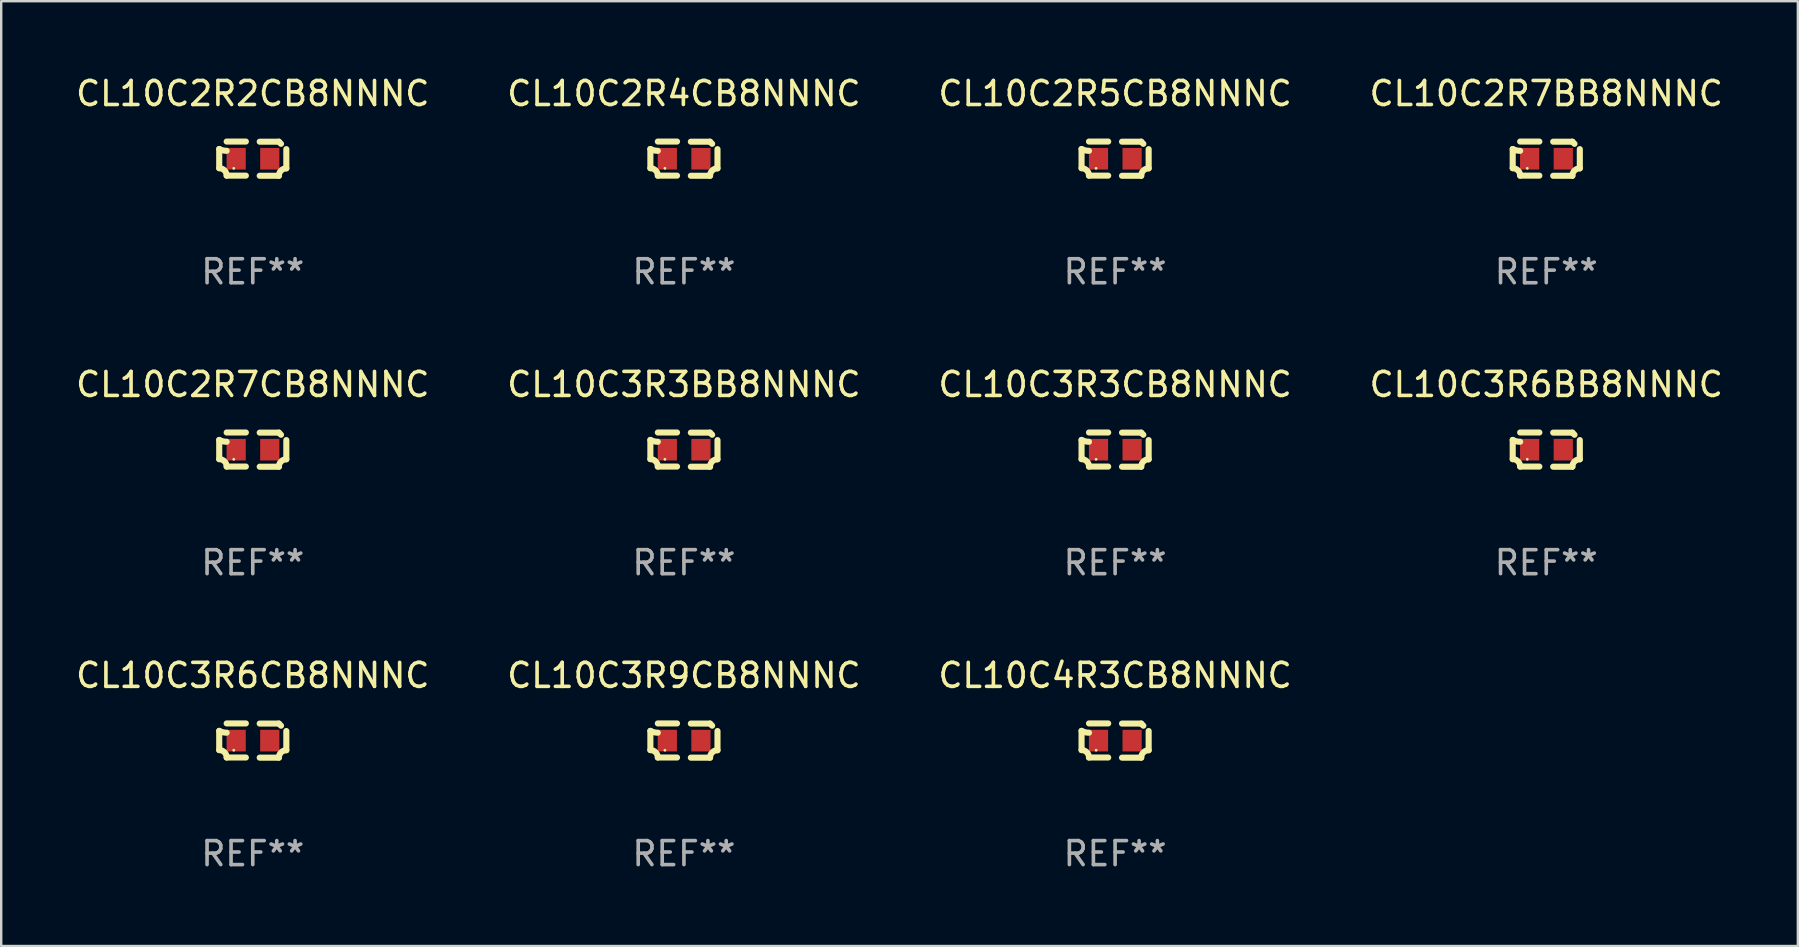
<source format=kicad_pcb>
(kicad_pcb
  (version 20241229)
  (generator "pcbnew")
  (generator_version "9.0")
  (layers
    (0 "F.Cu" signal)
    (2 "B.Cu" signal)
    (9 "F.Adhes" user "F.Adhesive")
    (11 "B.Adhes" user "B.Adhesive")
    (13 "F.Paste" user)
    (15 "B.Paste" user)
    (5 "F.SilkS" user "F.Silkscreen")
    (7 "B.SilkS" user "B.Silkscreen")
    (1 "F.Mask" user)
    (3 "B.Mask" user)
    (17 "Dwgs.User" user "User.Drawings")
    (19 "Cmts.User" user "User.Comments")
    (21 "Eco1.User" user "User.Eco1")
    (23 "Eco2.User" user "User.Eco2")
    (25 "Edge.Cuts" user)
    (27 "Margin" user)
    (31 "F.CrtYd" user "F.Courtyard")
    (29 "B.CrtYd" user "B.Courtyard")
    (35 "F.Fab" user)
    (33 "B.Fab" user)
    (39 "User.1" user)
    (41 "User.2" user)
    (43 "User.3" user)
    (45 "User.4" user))
  (footprint "CL10C2R5CB8NNNC"
    (layer "F.Cu")
    (at 43.411 3.561)
    (property "Reference" "CL10C2R5CB8NNNC" (at 0 -2.713 0) (layer "F.SilkS") (effects (font (size 1 1) (thickness 0.15))))
    (attr through_hole)
    (fp_line (start -1.398 -0.403) (end -1.398 0.397) (stroke (width 0.254) (type solid)) (layer "F.SilkS"))
    (fp_line (start -0.288 -0.713) (end -1.088 -0.713) (stroke (width 0.254) (type solid)) (layer "F.SilkS"))
    (fp_line (start -0.288 0.707) (end -1.088 0.707) (stroke (width 0.254) (type solid)) (layer "F.SilkS"))
    (fp_line (start 0.288 -0.707) (end 1.088 -0.707) (stroke (width 0.254) (type solid)) (layer "F.SilkS"))
    (fp_line (start 0.288 0.713) (end 1.088 0.713) (stroke (width 0.254) (type solid)) (layer "F.SilkS"))
    (fp_line (start 1.398 -0.397) (end 1.398 0.403) (stroke (width 0.254) (type solid)) (layer "F.SilkS"))
    (fp_arc (start -1.397789 0.397066) (mid -1.178701 0.487826) (end -1.08796 0.706922) (stroke (width 0.254001) (type solid)) (layer "F.SilkS"))
    (fp_arc (start -1.08796 -0.327176) (mid -1.247436 -0.346384) (end -1.39779 -0.402908) (stroke (width 0.254001) (type solid)) (layer "F.SilkS"))
    (fp_arc (start 1.087909 0.712738) (mid 1.178656 0.493655) (end 1.397739 0.402908) (stroke (width 0.254001) (type solid)) (layer "F.SilkS"))
    (fp_arc (start 1.175925 -0.618926) (mid 1.131917 -0.662923) (end 1.08791 -0.706922) (stroke (width 0.254001) (type solid)) (layer "F.SilkS"))
    (fp_circle (center -0.792 0.403) (end -0.762 0.403) (stroke (width 0.06) (type solid)) (fill no) (layer "F.SilkS"))
    (fp_text user "REF**" (at 0 4.713 0) (layer "F.Fab") (effects (font (size 1 1) (thickness 0.15))))
    (pad "1" smd rect (at -0.692 0.003) (size 0.8 0.9) (layers "F.Cu" "F.Mask" "F.Paste"))
    (pad "2" smd rect (at 0.708 0.003) (size 0.8 0.9) (layers "F.Cu" "F.Mask" "F.Paste")))
  (footprint "CL10C3R9CB8NNNC"
    (layer "F.Cu")
    (at 25.446 27.805)
    (property "Reference" "CL10C3R9CB8NNNC" (at 0 -2.713 0) (layer "F.SilkS") (effects (font (size 1 1) (thickness 0.15))))
    (attr through_hole)
    (fp_line (start -1.398 -0.403) (end -1.398 0.397) (stroke (width 0.254) (type solid)) (layer "F.SilkS"))
    (fp_line (start -0.288 -0.713) (end -1.088 -0.713) (stroke (width 0.254) (type solid)) (layer "F.SilkS"))
    (fp_line (start -0.288 0.707) (end -1.088 0.707) (stroke (width 0.254) (type solid)) (layer "F.SilkS"))
    (fp_line (start 0.288 -0.707) (end 1.088 -0.707) (stroke (width 0.254) (type solid)) (layer "F.SilkS"))
    (fp_line (start 0.288 0.713) (end 1.088 0.713) (stroke (width 0.254) (type solid)) (layer "F.SilkS"))
    (fp_line (start 1.398 -0.397) (end 1.398 0.403) (stroke (width 0.254) (type solid)) (layer "F.SilkS"))
    (fp_arc (start -1.397789 0.397066) (mid -1.178701 0.487826) (end -1.08796 0.706922) (stroke (width 0.254001) (type solid)) (layer "F.SilkS"))
    (fp_arc (start -1.08796 -0.327176) (mid -1.247436 -0.346384) (end -1.39779 -0.402908) (stroke (width 0.254001) (type solid)) (layer "F.SilkS"))
    (fp_arc (start 1.087909 0.712738) (mid 1.178656 0.493655) (end 1.397739 0.402908) (stroke (width 0.254001) (type solid)) (layer "F.SilkS"))
    (fp_arc (start 1.175925 -0.618926) (mid 1.131917 -0.662923) (end 1.08791 -0.706922) (stroke (width 0.254001) (type solid)) (layer "F.SilkS"))
    (fp_circle (center -0.792 0.403) (end -0.762 0.403) (stroke (width 0.06) (type solid)) (fill no) (layer "F.SilkS"))
    (fp_text user "REF**" (at 0 4.713 0) (layer "F.Fab") (effects (font (size 1 1) (thickness 0.15))))
    (pad "1" smd rect (at -0.692 0.003) (size 0.8 0.9) (layers "F.Cu" "F.Mask" "F.Paste"))
    (pad "2" smd rect (at 0.708 0.003) (size 0.8 0.9) (layers "F.Cu" "F.Mask" "F.Paste")))
  (footprint "CL10C2R4CB8NNNC"
    (layer "F.Cu")
    (at 25.446 3.561)
    (property "Reference" "CL10C2R4CB8NNNC" (at 0 -2.713 0) (layer "F.SilkS") (effects (font (size 1 1) (thickness 0.15))))
    (attr through_hole)
    (fp_line (start -1.398 -0.403) (end -1.398 0.397) (stroke (width 0.254) (type solid)) (layer "F.SilkS"))
    (fp_line (start -0.288 -0.713) (end -1.088 -0.713) (stroke (width 0.254) (type solid)) (layer "F.SilkS"))
    (fp_line (start -0.288 0.707) (end -1.088 0.707) (stroke (width 0.254) (type solid)) (layer "F.SilkS"))
    (fp_line (start 0.288 -0.707) (end 1.088 -0.707) (stroke (width 0.254) (type solid)) (layer "F.SilkS"))
    (fp_line (start 0.288 0.713) (end 1.088 0.713) (stroke (width 0.254) (type solid)) (layer "F.SilkS"))
    (fp_line (start 1.398 -0.397) (end 1.398 0.403) (stroke (width 0.254) (type solid)) (layer "F.SilkS"))
    (fp_arc (start -1.397789 0.397066) (mid -1.178701 0.487826) (end -1.08796 0.706922) (stroke (width 0.254001) (type solid)) (layer "F.SilkS"))
    (fp_arc (start -1.08796 -0.327176) (mid -1.247436 -0.346384) (end -1.39779 -0.402908) (stroke (width 0.254001) (type solid)) (layer "F.SilkS"))
    (fp_arc (start 1.087909 0.712738) (mid 1.178656 0.493655) (end 1.397739 0.402908) (stroke (width 0.254001) (type solid)) (layer "F.SilkS"))
    (fp_arc (start 1.175925 -0.618926) (mid 1.131917 -0.662923) (end 1.08791 -0.706922) (stroke (width 0.254001) (type solid)) (layer "F.SilkS"))
    (fp_circle (center -0.792 0.403) (end -0.762 0.403) (stroke (width 0.06) (type solid)) (fill no) (layer "F.SilkS"))
    (fp_text user "REF**" (at 0 4.713 0) (layer "F.Fab") (effects (font (size 1 1) (thickness 0.15))))
    (pad "1" smd rect (at -0.692 0.003) (size 0.8 0.9) (layers "F.Cu" "F.Mask" "F.Paste"))
    (pad "2" smd rect (at 0.708 0.003) (size 0.8 0.9) (layers "F.Cu" "F.Mask" "F.Paste")))
  (footprint "CL10C4R3CB8NNNC"
    (layer "F.Cu")
    (at 43.411 27.805)
    (property "Reference" "CL10C4R3CB8NNNC" (at 0 -2.713 0) (layer "F.SilkS") (effects (font (size 1 1) (thickness 0.15))))
    (attr through_hole)
    (fp_line (start -1.398 -0.403) (end -1.398 0.397) (stroke (width 0.254) (type solid)) (layer "F.SilkS"))
    (fp_line (start -0.288 -0.713) (end -1.088 -0.713) (stroke (width 0.254) (type solid)) (layer "F.SilkS"))
    (fp_line (start -0.288 0.707) (end -1.088 0.707) (stroke (width 0.254) (type solid)) (layer "F.SilkS"))
    (fp_line (start 0.288 -0.707) (end 1.088 -0.707) (stroke (width 0.254) (type solid)) (layer "F.SilkS"))
    (fp_line (start 0.288 0.713) (end 1.088 0.713) (stroke (width 0.254) (type solid)) (layer "F.SilkS"))
    (fp_line (start 1.398 -0.397) (end 1.398 0.403) (stroke (width 0.254) (type solid)) (layer "F.SilkS"))
    (fp_arc (start -1.397789 0.397066) (mid -1.178701 0.487826) (end -1.08796 0.706922) (stroke (width 0.254001) (type solid)) (layer "F.SilkS"))
    (fp_arc (start -1.08796 -0.327176) (mid -1.247436 -0.346384) (end -1.39779 -0.402908) (stroke (width 0.254001) (type solid)) (layer "F.SilkS"))
    (fp_arc (start 1.087909 0.712738) (mid 1.178656 0.493655) (end 1.397739 0.402908) (stroke (width 0.254001) (type solid)) (layer "F.SilkS"))
    (fp_arc (start 1.175925 -0.618926) (mid 1.131917 -0.662923) (end 1.08791 -0.706922) (stroke (width 0.254001) (type solid)) (layer "F.SilkS"))
    (fp_circle (center -0.792 0.403) (end -0.762 0.403) (stroke (width 0.06) (type solid)) (fill no) (layer "F.SilkS"))
    (fp_text user "REF**" (at 0 4.713 0) (layer "F.Fab") (effects (font (size 1 1) (thickness 0.15))))
    (pad "1" smd rect (at -0.692 0.003) (size 0.8 0.9) (layers "F.Cu" "F.Mask" "F.Paste"))
    (pad "2" smd rect (at 0.708 0.003) (size 0.8 0.9) (layers "F.Cu" "F.Mask" "F.Paste")))
  (footprint "CL10C3R6CB8NNNC"
    (layer "F.Cu")
    (at 7.482 27.805)
    (property "Reference" "CL10C3R6CB8NNNC" (at 0 -2.713 0) (layer "F.SilkS") (effects (font (size 1 1) (thickness 0.15))))
    (attr through_hole)
    (fp_line (start -1.398 -0.403) (end -1.398 0.397) (stroke (width 0.254) (type solid)) (layer "F.SilkS"))
    (fp_line (start -0.288 -0.713) (end -1.088 -0.713) (stroke (width 0.254) (type solid)) (layer "F.SilkS"))
    (fp_line (start -0.288 0.707) (end -1.088 0.707) (stroke (width 0.254) (type solid)) (layer "F.SilkS"))
    (fp_line (start 0.288 -0.707) (end 1.088 -0.707) (stroke (width 0.254) (type solid)) (layer "F.SilkS"))
    (fp_line (start 0.288 0.713) (end 1.088 0.713) (stroke (width 0.254) (type solid)) (layer "F.SilkS"))
    (fp_line (start 1.398 -0.397) (end 1.398 0.403) (stroke (width 0.254) (type solid)) (layer "F.SilkS"))
    (fp_arc (start -1.397789 0.397066) (mid -1.178701 0.487826) (end -1.08796 0.706922) (stroke (width 0.254001) (type solid)) (layer "F.SilkS"))
    (fp_arc (start -1.08796 -0.327176) (mid -1.247436 -0.346384) (end -1.39779 -0.402908) (stroke (width 0.254001) (type solid)) (layer "F.SilkS"))
    (fp_arc (start 1.087909 0.712738) (mid 1.178656 0.493655) (end 1.397739 0.402908) (stroke (width 0.254001) (type solid)) (layer "F.SilkS"))
    (fp_arc (start 1.175925 -0.618926) (mid 1.131917 -0.662923) (end 1.08791 -0.706922) (stroke (width 0.254001) (type solid)) (layer "F.SilkS"))
    (fp_circle (center -0.792 0.403) (end -0.762 0.403) (stroke (width 0.06) (type solid)) (fill no) (layer "F.SilkS"))
    (fp_text user "REF**" (at 0 4.713 0) (layer "F.Fab") (effects (font (size 1 1) (thickness 0.15))))
    (pad "1" smd rect (at -0.692 0.003) (size 0.8 0.9) (layers "F.Cu" "F.Mask" "F.Paste"))
    (pad "2" smd rect (at 0.708 0.003) (size 0.8 0.9) (layers "F.Cu" "F.Mask" "F.Paste")))
  (footprint "CL10C3R3CB8NNNC"
    (layer "F.Cu")
    (at 43.411 15.683)
    (property "Reference" "CL10C3R3CB8NNNC" (at 0 -2.713 0) (layer "F.SilkS") (effects (font (size 1 1) (thickness 0.15))))
    (attr through_hole)
    (fp_line (start -1.398 -0.403) (end -1.398 0.397) (stroke (width 0.254) (type solid)) (layer "F.SilkS"))
    (fp_line (start -0.288 -0.713) (end -1.088 -0.713) (stroke (width 0.254) (type solid)) (layer "F.SilkS"))
    (fp_line (start -0.288 0.707) (end -1.088 0.707) (stroke (width 0.254) (type solid)) (layer "F.SilkS"))
    (fp_line (start 0.288 -0.707) (end 1.088 -0.707) (stroke (width 0.254) (type solid)) (layer "F.SilkS"))
    (fp_line (start 0.288 0.713) (end 1.088 0.713) (stroke (width 0.254) (type solid)) (layer "F.SilkS"))
    (fp_line (start 1.398 -0.397) (end 1.398 0.403) (stroke (width 0.254) (type solid)) (layer "F.SilkS"))
    (fp_arc (start -1.397789 0.397066) (mid -1.178701 0.487826) (end -1.08796 0.706922) (stroke (width 0.254001) (type solid)) (layer "F.SilkS"))
    (fp_arc (start -1.08796 -0.327176) (mid -1.247436 -0.346384) (end -1.39779 -0.402908) (stroke (width 0.254001) (type solid)) (layer "F.SilkS"))
    (fp_arc (start 1.087909 0.712738) (mid 1.178656 0.493655) (end 1.397739 0.402908) (stroke (width 0.254001) (type solid)) (layer "F.SilkS"))
    (fp_arc (start 1.175925 -0.618926) (mid 1.131917 -0.662923) (end 1.08791 -0.706922) (stroke (width 0.254001) (type solid)) (layer "F.SilkS"))
    (fp_circle (center -0.792 0.403) (end -0.762 0.403) (stroke (width 0.06) (type solid)) (fill no) (layer "F.SilkS"))
    (fp_text user "REF**" (at 0 4.713 0) (layer "F.Fab") (effects (font (size 1 1) (thickness 0.15))))
    (pad "1" smd rect (at -0.692 0.003) (size 0.8 0.9) (layers "F.Cu" "F.Mask" "F.Paste"))
    (pad "2" smd rect (at 0.708 0.003) (size 0.8 0.9) (layers "F.Cu" "F.Mask" "F.Paste")))
  (footprint "CL10C2R2CB8NNNC"
    (layer "F.Cu")
    (at 7.482 3.561)
    (property "Reference" "CL10C2R2CB8NNNC" (at 0 -2.713 0) (layer "F.SilkS") (effects (font (size 1 1) (thickness 0.15))))
    (attr through_hole)
    (fp_line (start -1.398 -0.403) (end -1.398 0.397) (stroke (width 0.254) (type solid)) (layer "F.SilkS"))
    (fp_line (start -0.288 -0.713) (end -1.088 -0.713) (stroke (width 0.254) (type solid)) (layer "F.SilkS"))
    (fp_line (start -0.288 0.707) (end -1.088 0.707) (stroke (width 0.254) (type solid)) (layer "F.SilkS"))
    (fp_line (start 0.288 -0.707) (end 1.088 -0.707) (stroke (width 0.254) (type solid)) (layer "F.SilkS"))
    (fp_line (start 0.288 0.713) (end 1.088 0.713) (stroke (width 0.254) (type solid)) (layer "F.SilkS"))
    (fp_line (start 1.398 -0.397) (end 1.398 0.403) (stroke (width 0.254) (type solid)) (layer "F.SilkS"))
    (fp_arc (start -1.397789 0.397066) (mid -1.178701 0.487826) (end -1.08796 0.706922) (stroke (width 0.254001) (type solid)) (layer "F.SilkS"))
    (fp_arc (start -1.08796 -0.327176) (mid -1.247436 -0.346384) (end -1.39779 -0.402908) (stroke (width 0.254001) (type solid)) (layer "F.SilkS"))
    (fp_arc (start 1.087909 0.712738) (mid 1.178656 0.493655) (end 1.397739 0.402908) (stroke (width 0.254001) (type solid)) (layer "F.SilkS"))
    (fp_arc (start 1.175925 -0.618926) (mid 1.131917 -0.662923) (end 1.08791 -0.706922) (stroke (width 0.254001) (type solid)) (layer "F.SilkS"))
    (fp_circle (center -0.792 0.403) (end -0.762 0.403) (stroke (width 0.06) (type solid)) (fill no) (layer "F.SilkS"))
    (fp_text user "REF**" (at 0 4.713 0) (layer "F.Fab") (effects (font (size 1 1) (thickness 0.15))))
    (pad "1" smd rect (at -0.692 0.003) (size 0.8 0.9) (layers "F.Cu" "F.Mask" "F.Paste"))
    (pad "2" smd rect (at 0.708 0.003) (size 0.8 0.9) (layers "F.Cu" "F.Mask" "F.Paste")))
  (footprint "CL10C2R7CB8NNNC"
    (layer "F.Cu")
    (at 7.482 15.683)
    (property "Reference" "CL10C2R7CB8NNNC" (at 0 -2.713 0) (layer "F.SilkS") (effects (font (size 1 1) (thickness 0.15))))
    (attr through_hole)
    (fp_line (start -1.398 -0.403) (end -1.398 0.397) (stroke (width 0.254) (type solid)) (layer "F.SilkS"))
    (fp_line (start -0.288 -0.713) (end -1.088 -0.713) (stroke (width 0.254) (type solid)) (layer "F.SilkS"))
    (fp_line (start -0.288 0.707) (end -1.088 0.707) (stroke (width 0.254) (type solid)) (layer "F.SilkS"))
    (fp_line (start 0.288 -0.707) (end 1.088 -0.707) (stroke (width 0.254) (type solid)) (layer "F.SilkS"))
    (fp_line (start 0.288 0.713) (end 1.088 0.713) (stroke (width 0.254) (type solid)) (layer "F.SilkS"))
    (fp_line (start 1.398 -0.397) (end 1.398 0.403) (stroke (width 0.254) (type solid)) (layer "F.SilkS"))
    (fp_arc (start -1.397789 0.397066) (mid -1.178701 0.487826) (end -1.08796 0.706922) (stroke (width 0.254001) (type solid)) (layer "F.SilkS"))
    (fp_arc (start -1.08796 -0.327176) (mid -1.247436 -0.346384) (end -1.39779 -0.402908) (stroke (width 0.254001) (type solid)) (layer "F.SilkS"))
    (fp_arc (start 1.087909 0.712738) (mid 1.178656 0.493655) (end 1.397739 0.402908) (stroke (width 0.254001) (type solid)) (layer "F.SilkS"))
    (fp_arc (start 1.175925 -0.618926) (mid 1.131917 -0.662923) (end 1.08791 -0.706922) (stroke (width 0.254001) (type solid)) (layer "F.SilkS"))
    (fp_circle (center -0.792 0.403) (end -0.762 0.403) (stroke (width 0.06) (type solid)) (fill no) (layer "F.SilkS"))
    (fp_text user "REF**" (at 0 4.713 0) (layer "F.Fab") (effects (font (size 1 1) (thickness 0.15))))
    (pad "1" smd rect (at -0.692 0.003) (size 0.8 0.9) (layers "F.Cu" "F.Mask" "F.Paste"))
    (pad "2" smd rect (at 0.708 0.003) (size 0.8 0.9) (layers "F.Cu" "F.Mask" "F.Paste")))
  (footprint "CL10C3R3BB8NNNC"
    (layer "F.Cu")
    (at 25.446 15.683)
    (property "Reference" "CL10C3R3BB8NNNC" (at 0 -2.713 0) (layer "F.SilkS") (effects (font (size 1 1) (thickness 0.15))))
    (attr through_hole)
    (fp_line (start -1.398 -0.403) (end -1.398 0.397) (stroke (width 0.254) (type solid)) (layer "F.SilkS"))
    (fp_line (start -0.288 -0.713) (end -1.088 -0.713) (stroke (width 0.254) (type solid)) (layer "F.SilkS"))
    (fp_line (start -0.288 0.707) (end -1.088 0.707) (stroke (width 0.254) (type solid)) (layer "F.SilkS"))
    (fp_line (start 0.288 -0.707) (end 1.088 -0.707) (stroke (width 0.254) (type solid)) (layer "F.SilkS"))
    (fp_line (start 0.288 0.713) (end 1.088 0.713) (stroke (width 0.254) (type solid)) (layer "F.SilkS"))
    (fp_line (start 1.398 -0.397) (end 1.398 0.403) (stroke (width 0.254) (type solid)) (layer "F.SilkS"))
    (fp_arc (start -1.397789 0.397066) (mid -1.178701 0.487826) (end -1.08796 0.706922) (stroke (width 0.254001) (type solid)) (layer "F.SilkS"))
    (fp_arc (start -1.08796 -0.327176) (mid -1.247436 -0.346384) (end -1.39779 -0.402908) (stroke (width 0.254001) (type solid)) (layer "F.SilkS"))
    (fp_arc (start 1.087909 0.712738) (mid 1.178656 0.493655) (end 1.397739 0.402908) (stroke (width 0.254001) (type solid)) (layer "F.SilkS"))
    (fp_arc (start 1.175925 -0.618926) (mid 1.131917 -0.662923) (end 1.08791 -0.706922) (stroke (width 0.254001) (type solid)) (layer "F.SilkS"))
    (fp_circle (center -0.792 0.403) (end -0.762 0.403) (stroke (width 0.06) (type solid)) (fill no) (layer "F.SilkS"))
    (fp_text user "REF**" (at 0 4.713 0) (layer "F.Fab") (effects (font (size 1 1) (thickness 0.15))))
    (pad "1" smd rect (at -0.692 0.003) (size 0.8 0.9) (layers "F.Cu" "F.Mask" "F.Paste"))
    (pad "2" smd rect (at 0.708 0.003) (size 0.8 0.9) (layers "F.Cu" "F.Mask" "F.Paste")))
  (footprint "CL10C2R7BB8NNNC"
    (layer "F.Cu")
    (at 61.375 3.561)
    (property "Reference" "CL10C2R7BB8NNNC" (at 0 -2.713 0) (layer "F.SilkS") (effects (font (size 1 1) (thickness 0.15))))
    (attr through_hole)
    (fp_line (start -1.398 -0.403) (end -1.398 0.397) (stroke (width 0.254) (type solid)) (layer "F.SilkS"))
    (fp_line (start -0.288 -0.713) (end -1.088 -0.713) (stroke (width 0.254) (type solid)) (layer "F.SilkS"))
    (fp_line (start -0.288 0.707) (end -1.088 0.707) (stroke (width 0.254) (type solid)) (layer "F.SilkS"))
    (fp_line (start 0.288 -0.707) (end 1.088 -0.707) (stroke (width 0.254) (type solid)) (layer "F.SilkS"))
    (fp_line (start 0.288 0.713) (end 1.088 0.713) (stroke (width 0.254) (type solid)) (layer "F.SilkS"))
    (fp_line (start 1.398 -0.397) (end 1.398 0.403) (stroke (width 0.254) (type solid)) (layer "F.SilkS"))
    (fp_arc (start -1.397789 0.397066) (mid -1.178701 0.487826) (end -1.08796 0.706922) (stroke (width 0.254001) (type solid)) (layer "F.SilkS"))
    (fp_arc (start -1.08796 -0.327176) (mid -1.247436 -0.346384) (end -1.39779 -0.402908) (stroke (width 0.254001) (type solid)) (layer "F.SilkS"))
    (fp_arc (start 1.087909 0.712738) (mid 1.178656 0.493655) (end 1.397739 0.402908) (stroke (width 0.254001) (type solid)) (layer "F.SilkS"))
    (fp_arc (start 1.175925 -0.618926) (mid 1.131917 -0.662923) (end 1.08791 -0.706922) (stroke (width 0.254001) (type solid)) (layer "F.SilkS"))
    (fp_circle (center -0.792 0.403) (end -0.762 0.403) (stroke (width 0.06) (type solid)) (fill no) (layer "F.SilkS"))
    (fp_text user "REF**" (at 0 4.713 0) (layer "F.Fab") (effects (font (size 1 1) (thickness 0.15))))
    (pad "1" smd rect (at -0.692 0.003) (size 0.8 0.9) (layers "F.Cu" "F.Mask" "F.Paste"))
    (pad "2" smd rect (at 0.708 0.003) (size 0.8 0.9) (layers "F.Cu" "F.Mask" "F.Paste")))
  (footprint "CL10C3R6BB8NNNC"
    (layer "F.Cu")
    (at 61.375 15.683)
    (property "Reference" "CL10C3R6BB8NNNC" (at 0 -2.713 0) (layer "F.SilkS") (effects (font (size 1 1) (thickness 0.15))))
    (attr through_hole)
    (fp_line (start -1.398 -0.403) (end -1.398 0.397) (stroke (width 0.254) (type solid)) (layer "F.SilkS"))
    (fp_line (start -0.288 -0.713) (end -1.088 -0.713) (stroke (width 0.254) (type solid)) (layer "F.SilkS"))
    (fp_line (start -0.288 0.707) (end -1.088 0.707) (stroke (width 0.254) (type solid)) (layer "F.SilkS"))
    (fp_line (start 0.288 -0.707) (end 1.088 -0.707) (stroke (width 0.254) (type solid)) (layer "F.SilkS"))
    (fp_line (start 0.288 0.713) (end 1.088 0.713) (stroke (width 0.254) (type solid)) (layer "F.SilkS"))
    (fp_line (start 1.398 -0.397) (end 1.398 0.403) (stroke (width 0.254) (type solid)) (layer "F.SilkS"))
    (fp_arc (start -1.397789 0.397066) (mid -1.178701 0.487826) (end -1.08796 0.706922) (stroke (width 0.254001) (type solid)) (layer "F.SilkS"))
    (fp_arc (start -1.08796 -0.327176) (mid -1.247436 -0.346384) (end -1.39779 -0.402908) (stroke (width 0.254001) (type solid)) (layer "F.SilkS"))
    (fp_arc (start 1.087909 0.712738) (mid 1.178656 0.493655) (end 1.397739 0.402908) (stroke (width 0.254001) (type solid)) (layer "F.SilkS"))
    (fp_arc (start 1.175925 -0.618926) (mid 1.131917 -0.662923) (end 1.08791 -0.706922) (stroke (width 0.254001) (type solid)) (layer "F.SilkS"))
    (fp_circle (center -0.792 0.403) (end -0.762 0.403) (stroke (width 0.06) (type solid)) (fill no) (layer "F.SilkS"))
    (fp_text user "REF**" (at 0 4.713 0) (layer "F.Fab") (effects (font (size 1 1) (thickness 0.15))))
    (pad "1" smd rect (at -0.692 0.003) (size 0.8 0.9) (layers "F.Cu" "F.Mask" "F.Paste"))
    (pad "2" smd rect (at 0.708 0.003) (size 0.8 0.9) (layers "F.Cu" "F.Mask" "F.Paste")))
  (gr_rect
    (start -3 -3)
    (end 71.857 36.366)
    (stroke (width 0.1) (type default))
    (fill no)
    (layer "Edge.Cuts")))
</source>
